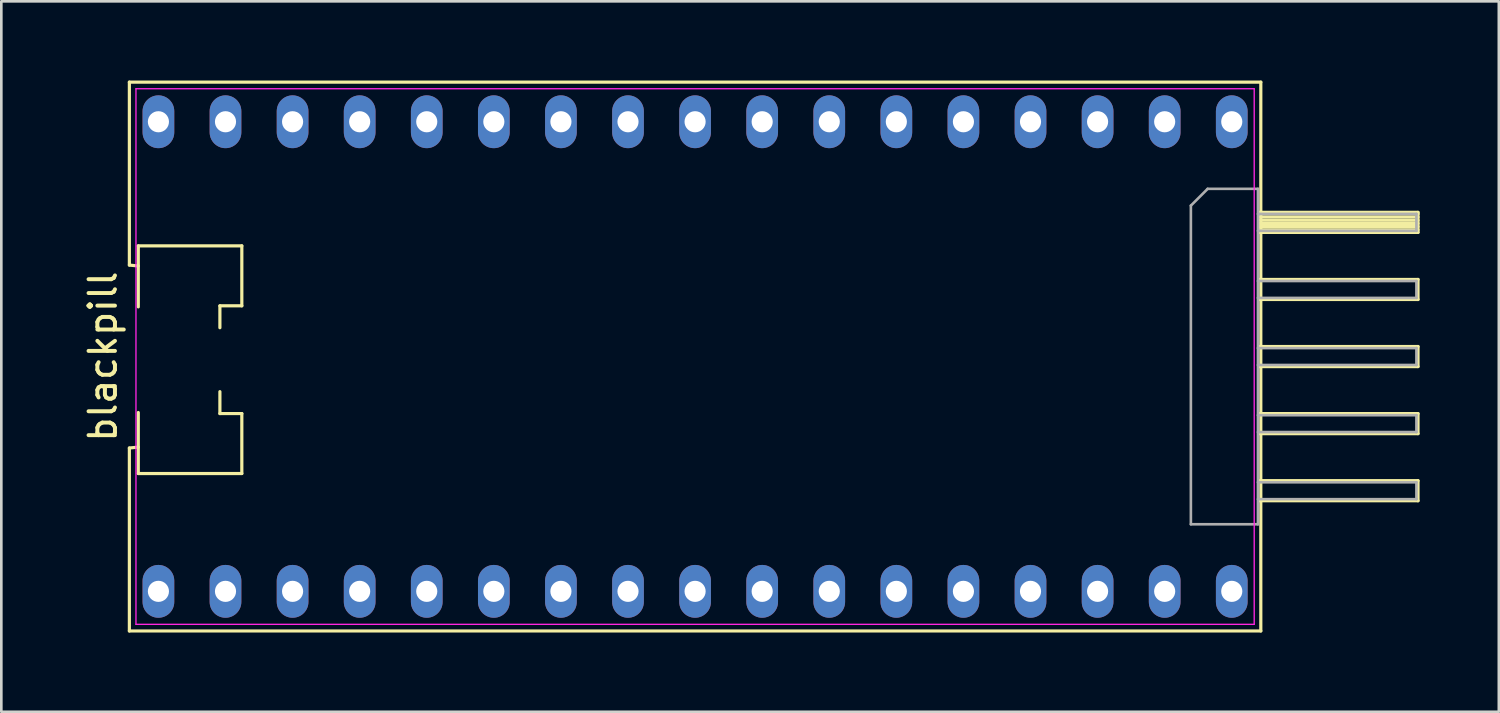
<source format=kicad_pcb>
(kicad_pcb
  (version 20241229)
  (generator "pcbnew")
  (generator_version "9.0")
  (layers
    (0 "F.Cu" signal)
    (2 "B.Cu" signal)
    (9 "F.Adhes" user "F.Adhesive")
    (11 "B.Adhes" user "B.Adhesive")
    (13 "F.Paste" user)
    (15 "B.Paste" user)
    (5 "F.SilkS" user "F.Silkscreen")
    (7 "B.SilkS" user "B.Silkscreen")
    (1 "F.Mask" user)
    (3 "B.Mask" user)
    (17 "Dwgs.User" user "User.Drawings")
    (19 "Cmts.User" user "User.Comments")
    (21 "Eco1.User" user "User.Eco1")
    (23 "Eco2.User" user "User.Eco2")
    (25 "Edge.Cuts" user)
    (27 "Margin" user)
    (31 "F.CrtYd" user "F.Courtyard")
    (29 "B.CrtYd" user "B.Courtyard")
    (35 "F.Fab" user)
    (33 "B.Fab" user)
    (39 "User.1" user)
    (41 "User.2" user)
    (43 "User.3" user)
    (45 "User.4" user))
  (footprint "blackpill"
    (layer "F.Cu")
    (at 23.268 10.45)
    (property "Reference" "blackpill" (at -22.42 0 90) (layer "F.SilkS") (effects (font (size 1 1) (thickness 0.15))))
    (attr through_hole)
    (fp_line (start -21.42 -10.39) (end -21.42 -3.463) (stroke (width 0.12) (type solid)) (layer "F.SilkS"))
    (fp_line (start -21.42 -3.463) (end -21.082 -3.429) (stroke (width 0.12) (type solid)) (layer "F.SilkS"))
    (fp_line (start -21.42 3.463) (end -21.42 10.39) (stroke (width 0.12) (type solid)) (layer "F.SilkS"))
    (fp_line (start -21.42 3.463) (end -21.082 3.429) (stroke (width 0.12) (type solid)) (layer "F.SilkS"))
    (fp_line (start -21.42 10.39) (end 21.42 10.39) (stroke (width 0.12) (type solid)) (layer "F.SilkS"))
    (fp_line (start -21.082 -4.191) (end -17.162 -4.191) (stroke (width 0.12) (type solid)) (layer "F.SilkS"))
    (fp_line (start -21.082 -1.881) (end -21.082 -4.191) (stroke (width 0.12) (type solid)) (layer "F.SilkS"))
    (fp_line (start -21.082 2.119) (end -21.082 4.429) (stroke (width 0.12) (type solid)) (layer "F.SilkS"))
    (fp_line (start -21.082 4.429) (end -17.162 4.429) (stroke (width 0.12) (type solid)) (layer "F.SilkS"))
    (fp_line (start -17.992 -1.921) (end -17.992 -1.091) (stroke (width 0.12) (type solid)) (layer "F.SilkS"))
    (fp_line (start -17.992 -1.921) (end -17.162 -1.921) (stroke (width 0.12) (type solid)) (layer "F.SilkS"))
    (fp_line (start -17.992 2.159) (end -17.992 1.329) (stroke (width 0.12) (type solid)) (layer "F.SilkS"))
    (fp_line (start -17.992 2.159) (end -17.162 2.159) (stroke (width 0.12) (type solid)) (layer "F.SilkS"))
    (fp_line (start -17.162 -4.191) (end -17.162 -1.921) (stroke (width 0.12) (type solid)) (layer "F.SilkS"))
    (fp_line (start -17.162 4.429) (end -17.162 2.159) (stroke (width 0.12) (type solid)) (layer "F.SilkS"))
    (fp_line (start 21.372 -5.46) (end 27.372 -5.46) (stroke (width 0.12) (type solid)) (layer "F.SilkS"))
    (fp_line (start 21.372 -5.4) (end 27.372 -5.4) (stroke (width 0.12) (type solid)) (layer "F.SilkS"))
    (fp_line (start 21.372 -5.28) (end 27.372 -5.28) (stroke (width 0.12) (type solid)) (layer "F.SilkS"))
    (fp_line (start 21.372 -5.16) (end 27.372 -5.16) (stroke (width 0.12) (type solid)) (layer "F.SilkS"))
    (fp_line (start 21.372 -5.04) (end 27.372 -5.04) (stroke (width 0.12) (type solid)) (layer "F.SilkS"))
    (fp_line (start 21.372 -4.92) (end 27.372 -4.92) (stroke (width 0.12) (type solid)) (layer "F.SilkS"))
    (fp_line (start 21.372 -4.8) (end 27.372 -4.8) (stroke (width 0.12) (type solid)) (layer "F.SilkS"))
    (fp_line (start 21.372 -2.92) (end 27.372 -2.92) (stroke (width 0.12) (type solid)) (layer "F.SilkS"))
    (fp_line (start 21.372 -0.38) (end 27.372 -0.38) (stroke (width 0.12) (type solid)) (layer "F.SilkS"))
    (fp_line (start 21.372 2.16) (end 27.372 2.16) (stroke (width 0.12) (type solid)) (layer "F.SilkS"))
    (fp_line (start 21.372 4.7) (end 27.372 4.7) (stroke (width 0.12) (type solid)) (layer "F.SilkS"))
    (fp_line (start 21.42 -10.39) (end -21.42 -10.39) (stroke (width 0.12) (type solid)) (layer "F.SilkS"))
    (fp_line (start 21.42 10.39) (end 21.42 -10.39) (stroke (width 0.12) (type solid)) (layer "F.SilkS"))
    (fp_line (start 27.372 -5.46) (end 27.372 -4.7) (stroke (width 0.12) (type solid)) (layer "F.SilkS"))
    (fp_line (start 27.372 -4.7) (end 21.372 -4.7) (stroke (width 0.12) (type solid)) (layer "F.SilkS"))
    (fp_line (start 27.372 -2.92) (end 27.372 -2.16) (stroke (width 0.12) (type solid)) (layer "F.SilkS"))
    (fp_line (start 27.372 -2.16) (end 21.372 -2.16) (stroke (width 0.12) (type solid)) (layer "F.SilkS"))
    (fp_line (start 27.372 -0.38) (end 27.372 0.38) (stroke (width 0.12) (type solid)) (layer "F.SilkS"))
    (fp_line (start 27.372 0.38) (end 21.372 0.38) (stroke (width 0.12) (type solid)) (layer "F.SilkS"))
    (fp_line (start 27.372 2.16) (end 27.372 2.92) (stroke (width 0.12) (type solid)) (layer "F.SilkS"))
    (fp_line (start 27.372 2.92) (end 21.372 2.92) (stroke (width 0.12) (type solid)) (layer "F.SilkS"))
    (fp_line (start 27.372 4.7) (end 27.372 5.46) (stroke (width 0.12) (type solid)) (layer "F.SilkS"))
    (fp_line (start 27.372 5.46) (end 21.372 5.46) (stroke (width 0.12) (type solid)) (layer "F.SilkS"))
    (fp_line (start -21.17 -10.14) (end 21.17 -10.14) (stroke (width 0.05) (type solid)) (layer "F.CrtYd"))
    (fp_line (start -21.17 10.14) (end -21.17 -10.14) (stroke (width 0.05) (type solid)) (layer "F.CrtYd"))
    (fp_line (start 21.17 -10.14) (end 21.17 10.14) (stroke (width 0.05) (type solid)) (layer "F.CrtYd"))
    (fp_line (start 21.17 10.14) (end -21.17 10.14) (stroke (width 0.05) (type solid)) (layer "F.CrtYd"))
    (fp_line (start 18.772 -5.715) (end 19.407 -6.35) (stroke (width 0.1) (type solid)) (layer "F.Fab"))
    (fp_line (start 18.772 6.35) (end 18.772 -5.715) (stroke (width 0.1) (type solid)) (layer "F.Fab"))
    (fp_line (start 19.407 -6.35) (end 21.312 -6.35) (stroke (width 0.1) (type solid)) (layer "F.Fab"))
    (fp_line (start 21.312 -6.35) (end 21.312 6.35) (stroke (width 0.1) (type solid)) (layer "F.Fab"))
    (fp_line (start 21.312 -5.4) (end 27.312 -5.4) (stroke (width 0.1) (type solid)) (layer "F.Fab"))
    (fp_line (start 21.312 -4.76) (end 27.312 -4.76) (stroke (width 0.1) (type solid)) (layer "F.Fab"))
    (fp_line (start 21.312 -2.86) (end 27.312 -2.86) (stroke (width 0.1) (type solid)) (layer "F.Fab"))
    (fp_line (start 21.312 -2.22) (end 27.312 -2.22) (stroke (width 0.1) (type solid)) (layer "F.Fab"))
    (fp_line (start 21.312 -0.32) (end 27.312 -0.32) (stroke (width 0.1) (type solid)) (layer "F.Fab"))
    (fp_line (start 21.312 0.32) (end 27.312 0.32) (stroke (width 0.1) (type solid)) (layer "F.Fab"))
    (fp_line (start 21.312 2.22) (end 27.312 2.22) (stroke (width 0.1) (type solid)) (layer "F.Fab"))
    (fp_line (start 21.312 2.86) (end 27.312 2.86) (stroke (width 0.1) (type solid)) (layer "F.Fab"))
    (fp_line (start 21.312 4.76) (end 27.312 4.76) (stroke (width 0.1) (type solid)) (layer "F.Fab"))
    (fp_line (start 21.312 5.4) (end 27.312 5.4) (stroke (width 0.1) (type solid)) (layer "F.Fab"))
    (fp_line (start 21.312 6.35) (end 18.772 6.35) (stroke (width 0.1) (type solid)) (layer "F.Fab"))
    (fp_line (start 27.312 -5.4) (end 27.312 -4.76) (stroke (width 0.1) (type solid)) (layer "F.Fab"))
    (fp_line (start 27.312 -2.86) (end 27.312 -2.22) (stroke (width 0.1) (type solid)) (layer "F.Fab"))
    (fp_line (start 27.312 -0.32) (end 27.312 0.32) (stroke (width 0.1) (type solid)) (layer "F.Fab"))
    (fp_line (start 27.312 2.22) (end 27.312 2.86) (stroke (width 0.1) (type solid)) (layer "F.Fab"))
    (fp_line (start 27.312 4.76) (end 27.312 5.4) (stroke (width 0.1) (type solid)) (layer "F.Fab"))
    (pad "1" thru_hole oval (at -20.32 8.89) (size 1.2 2) (drill 0.8) (layers "*.Cu" "*.Mask"))
    (pad "2" thru_hole oval (at -17.78 8.89) (size 1.2 2) (drill 0.8) (layers "*.Cu" "*.Mask"))
    (pad "3" thru_hole oval (at -15.24 8.89) (size 1.2 2) (drill 0.8) (layers "*.Cu" "*.Mask"))
    (pad "4" thru_hole oval (at -12.7 8.89) (size 1.2 2) (drill 0.8) (layers "*.Cu" "*.Mask"))
    (pad "5" thru_hole oval (at -10.16 8.89) (size 1.2 2) (drill 0.8) (layers "*.Cu" "*.Mask"))
    (pad "6" thru_hole oval (at -7.62 8.89) (size 1.2 2) (drill 0.8) (layers "*.Cu" "*.Mask"))
    (pad "7" thru_hole oval (at -5.08 8.89) (size 1.2 2) (drill 0.8) (layers "*.Cu" "*.Mask"))
    (pad "8" thru_hole oval (at -2.54 8.89) (size 1.2 2) (drill 0.8) (layers "*.Cu" "*.Mask"))
    (pad "9" thru_hole oval (at 0 8.89) (size 1.2 2) (drill 0.8) (layers "*.Cu" "*.Mask"))
    (pad "10" thru_hole oval (at 2.54 8.89) (size 1.2 2) (drill 0.8) (layers "*.Cu" "*.Mask"))
    (pad "11" thru_hole oval (at 5.08 8.89) (size 1.2 2) (drill 0.8) (layers "*.Cu" "*.Mask"))
    (pad "12" thru_hole oval (at 7.62 8.89) (size 1.2 2) (drill 0.8) (layers "*.Cu" "*.Mask"))
    (pad "13" thru_hole oval (at 10.16 8.89) (size 1.2 2) (drill 0.8) (layers "*.Cu" "*.Mask"))
    (pad "14" thru_hole oval (at 12.7 8.89) (size 1.2 2) (drill 0.8) (layers "*.Cu" "*.Mask"))
    (pad "15" thru_hole oval (at 15.24 8.89) (size 1.2 2) (drill 0.8) (layers "*.Cu" "*.Mask"))
    (pad "16" thru_hole oval (at 17.78 8.89) (size 1.2 2) (drill 0.8) (layers "*.Cu" "*.Mask"))
    (pad "17" thru_hole oval (at 20.32 8.89) (size 1.2 2) (drill 0.8) (layers "*.Cu" "*.Mask"))
    (pad "18" thru_hole oval (at 20.32 -8.89) (size 1.2 2) (drill 0.8) (layers "*.Cu" "*.Mask"))
    (pad "19" thru_hole oval (at 17.78 -8.89) (size 1.2 2) (drill 0.8) (layers "*.Cu" "*.Mask"))
    (pad "20" thru_hole oval (at 15.24 -8.89) (size 1.2 2) (drill 0.8) (layers "*.Cu" "*.Mask"))
    (pad "21" thru_hole oval (at 12.7 -8.89) (size 1.2 2) (drill 0.8) (layers "*.Cu" "*.Mask"))
    (pad "22" thru_hole oval (at 10.16 -8.89) (size 1.2 2) (drill 0.8) (layers "*.Cu" "*.Mask"))
    (pad "23" thru_hole oval (at 7.62 -8.89) (size 1.2 2) (drill 0.8) (layers "*.Cu" "*.Mask"))
    (pad "24" thru_hole oval (at 5.08 -8.89) (size 1.2 2) (drill 0.8) (layers "*.Cu" "*.Mask"))
    (pad "25" thru_hole oval (at 2.54 -8.89) (size 1.2 2) (drill 0.8) (layers "*.Cu" "*.Mask"))
    (pad "26" thru_hole oval (at 0 -8.89) (size 1.2 2) (drill 0.8) (layers "*.Cu" "*.Mask"))
    (pad "27" thru_hole oval (at -2.54 -8.89) (size 1.2 2) (drill 0.8) (layers "*.Cu" "*.Mask"))
    (pad "28" thru_hole oval (at -5.08 -8.89) (size 1.2 2) (drill 0.8) (layers "*.Cu" "*.Mask"))
    (pad "29" thru_hole oval (at -7.62 -8.89) (size 1.2 2) (drill 0.8) (layers "*.Cu" "*.Mask"))
    (pad "30" thru_hole oval (at -10.16 -8.89) (size 1.2 2) (drill 0.8) (layers "*.Cu" "*.Mask"))
    (pad "31" thru_hole oval (at -12.7 -8.89) (size 1.2 2) (drill 0.8) (layers "*.Cu" "*.Mask"))
    (pad "32" thru_hole oval (at -15.24 -8.89) (size 1.2 2) (drill 0.8) (layers "*.Cu" "*.Mask"))
    (pad "33" thru_hole oval (at -17.78 -8.89) (size 1.2 2) (drill 0.8) (layers "*.Cu" "*.Mask"))
    (pad "34" thru_hole oval (at -20.32 -8.89) (size 1.2 2) (drill 0.8) (layers "*.Cu" "*.Mask")))
  (gr_rect
    (start -3 -3)
    (end 53.7 23.9)
    (stroke (width 0.1) (type default))
    (fill no)
    (layer "Edge.Cuts")))
</source>
